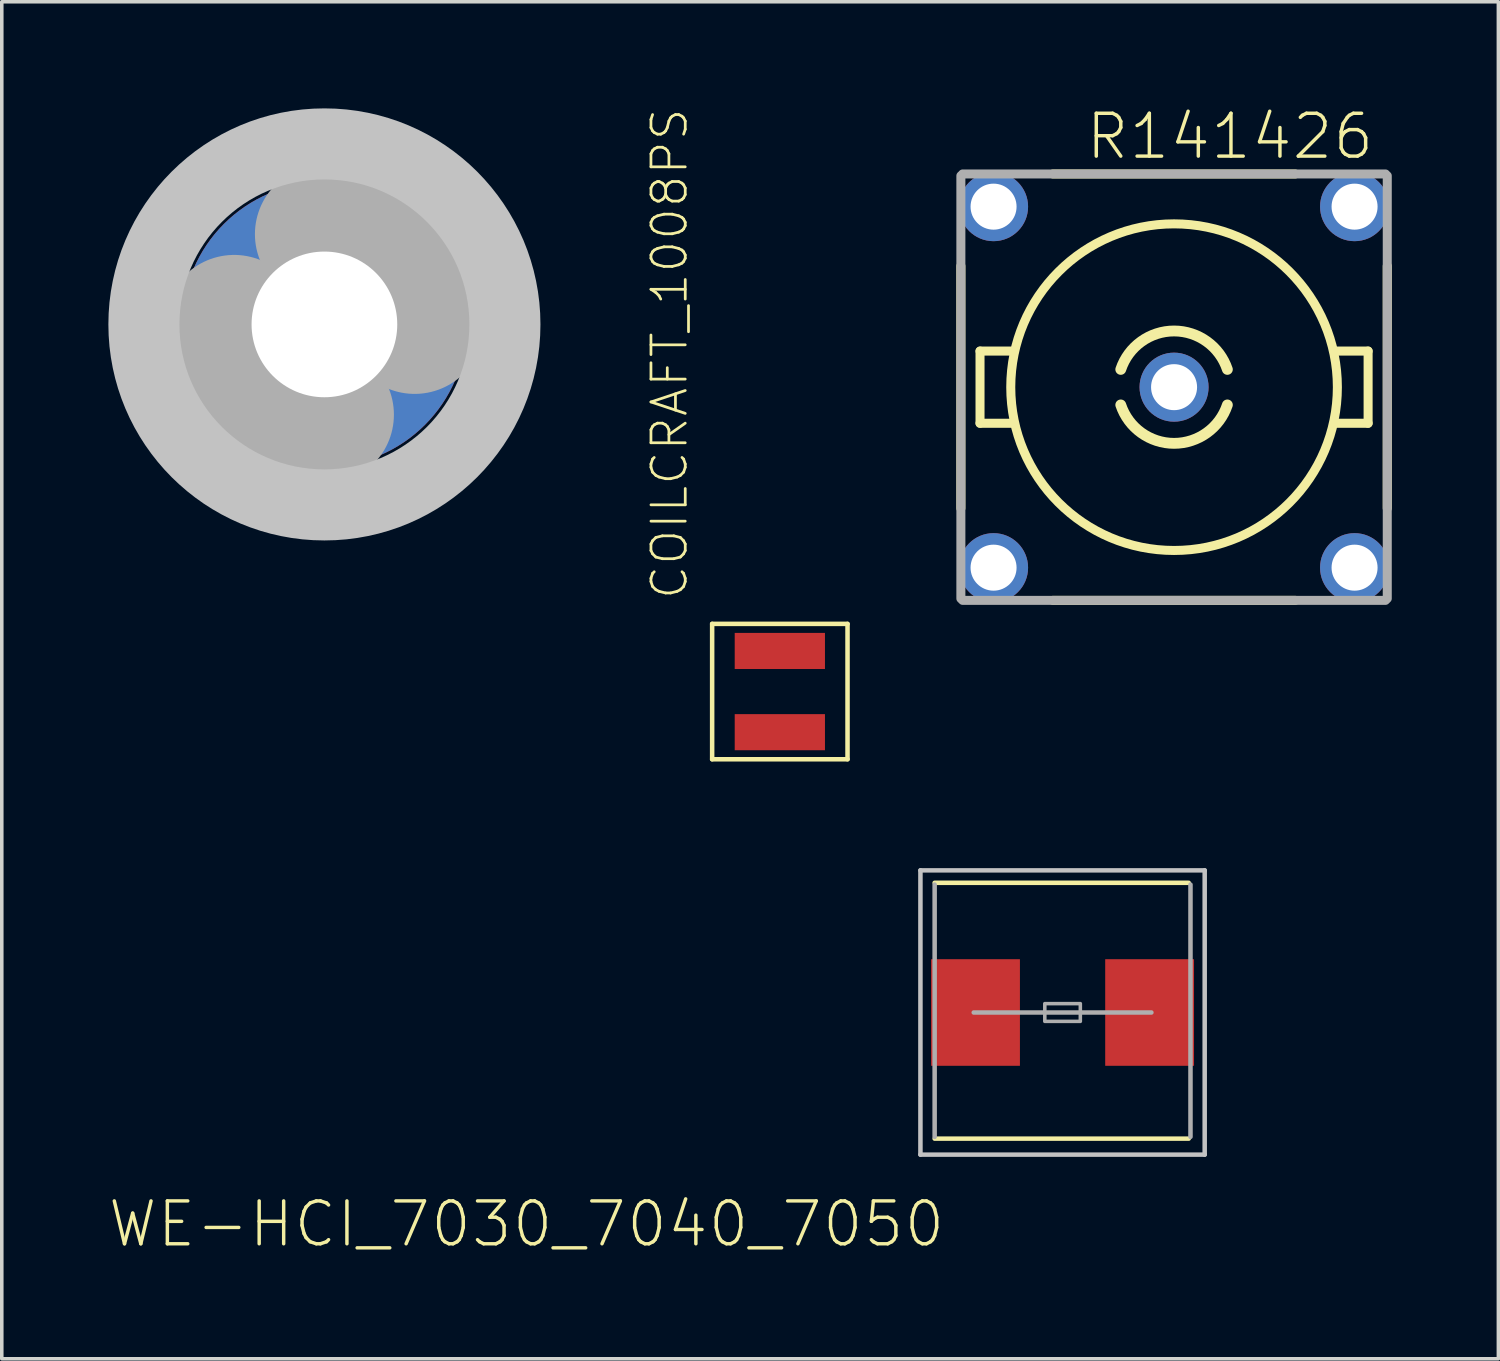
<source format=kicad_pcb>
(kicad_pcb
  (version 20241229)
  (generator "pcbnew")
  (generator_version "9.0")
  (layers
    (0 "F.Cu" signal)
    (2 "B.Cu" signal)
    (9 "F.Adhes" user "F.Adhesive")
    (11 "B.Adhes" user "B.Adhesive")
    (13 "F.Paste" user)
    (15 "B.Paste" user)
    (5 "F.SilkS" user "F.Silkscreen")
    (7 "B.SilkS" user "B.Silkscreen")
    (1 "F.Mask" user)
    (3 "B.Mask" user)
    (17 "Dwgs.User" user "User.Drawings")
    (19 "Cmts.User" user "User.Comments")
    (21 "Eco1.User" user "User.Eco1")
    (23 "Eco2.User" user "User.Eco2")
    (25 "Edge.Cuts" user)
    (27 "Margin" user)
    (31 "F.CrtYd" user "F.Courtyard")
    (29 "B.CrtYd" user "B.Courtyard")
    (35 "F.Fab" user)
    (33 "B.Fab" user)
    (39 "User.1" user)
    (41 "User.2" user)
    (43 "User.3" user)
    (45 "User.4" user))
  (footprint "R141426"
    (layer "F.Cu")
    (at 29.992 7.846)
    (property "Reference" "R141426" (at -2.54 -6.35 180) (layer "F.SilkS") (effects (font (size 1.206 1.206) (thickness 0.097)) (justify left bottom)))
    (attr through_hole)
    (fp_line (start -6 -3.41) (end -6 3.41) (stroke (width 0.254) (type solid)) (layer "F.SilkS"))
    (fp_line (start -5.461 -1.016) (end -5.461 1.016) (stroke (width 0.254) (type solid)) (layer "F.SilkS"))
    (fp_line (start -5.461 1.016) (end -4.572 1.016) (stroke (width 0.254) (type solid)) (layer "F.SilkS"))
    (fp_line (start -4.572 -1.016) (end -5.461 -1.016) (stroke (width 0.254) (type solid)) (layer "F.SilkS"))
    (fp_line (start -3.41 6) (end 3.41 6) (stroke (width 0.254) (type solid)) (layer "F.SilkS"))
    (fp_line (start 3.41 -6) (end -3.41 -6) (stroke (width 0.254) (type solid)) (layer "F.SilkS"))
    (fp_line (start 4.572 1.016) (end 5.461 1.016) (stroke (width 0.254) (type solid)) (layer "F.SilkS"))
    (fp_line (start 5.461 -1.016) (end 4.572 -1.016) (stroke (width 0.254) (type solid)) (layer "F.SilkS"))
    (fp_line (start 5.461 1.016) (end 5.461 -1.016) (stroke (width 0.254) (type solid)) (layer "F.SilkS"))
    (fp_line (start 6 3.41) (end 6 -3.41) (stroke (width 0.254) (type solid)) (layer "F.SilkS"))
    (fp_arc (start -1.5 -0.5) (mid 0 -1.581139) (end 1.5 -0.5) (stroke (width 0.3048) (type solid)) (layer "F.SilkS"))
    (fp_arc (start 1.5 0.5) (mid 0 1.581139) (end -1.5 0.5) (stroke (width 0.3048) (type solid)) (layer "F.SilkS"))
    (fp_circle (center 0 0) (end 4.596 0) (stroke (width 0.254) (type solid)) (fill no) (layer "F.SilkS"))
    (fp_line (start -6 -5.95) (end -6 5.95) (stroke (width 0.254) (type solid)) (layer "F.Fab"))
    (fp_line (start -5.95 6) (end 5.95 6) (stroke (width 0.254) (type solid)) (layer "F.Fab"))
    (fp_line (start 5.95 -6) (end -5.95 -6) (stroke (width 0.254) (type solid)) (layer "F.Fab"))
    (fp_line (start 6 5.95) (end 6 -5.95) (stroke (width 0.254) (type solid)) (layer "F.Fab"))
    (pad "1" thru_hole circle (at 0 0) (size 1.943 1.943) (drill 1.295) (layers "*.Cu" "*.Mask"))
    (pad "2" thru_hole circle (at 5.08 -5.08) (size 1.943 1.943) (drill 1.295) (layers "*.Cu" "*.Mask"))
    (pad "3" thru_hole circle (at -5.08 -5.08) (size 1.943 1.943) (drill 1.295) (layers "*.Cu" "*.Mask"))
    (pad "4" thru_hole circle (at -5.08 5.08) (size 1.943 1.943) (drill 1.295) (layers "*.Cu" "*.Mask"))
    (pad "5" thru_hole circle (at 5.08 5.08) (size 1.943 1.943) (drill 1.295) (layers "*.Cu" "*.Mask")))
  (footprint "COILCRAFT_1008PS"
    (layer "F.Cu")
    (at 18.897 16.413)
    (property "Reference" "COILCRAFT_1008PS" (at -2.54 -2.54 90) (layer "F.SilkS") (effects (font (size 0.965 0.965) (thickness 0.077)) (justify left bottom)))
    (attr through_hole)
    (fp_line (start -1.905 -1.905) (end 1.905 -1.905) (stroke (width 0.127) (type solid)) (layer "F.SilkS"))
    (fp_line (start -1.905 1.905) (end -1.905 -1.905) (stroke (width 0.127) (type solid)) (layer "F.SilkS"))
    (fp_line (start 1.905 -1.905) (end 1.905 1.905) (stroke (width 0.127) (type solid)) (layer "F.SilkS"))
    (fp_line (start 1.905 1.905) (end -1.905 1.905) (stroke (width 0.127) (type solid)) (layer "F.SilkS"))
    (pad "P$1" smd rect (at 0 -1.143) (size 2.54 1.016) (layers "F.Cu" "F.Mask" "F.Paste"))
    (pad "P$2" smd rect (at 0 1.143) (size 2.54 1.016) (layers "F.Cu" "F.Mask" "F.Paste")))
  (footprint "4,1-PAD"
    (layer "F.Cu")
    (at 6.08 6.08)
    (property "Reference" "4,1-PAD" (at 0 0 0) (layer "F.SilkS") (effects (font (size 1.27 1.27) (thickness 0.15))))
    (attr through_hole)
    (fp_circle (center 0 0) (end 2.15 0) (stroke (width 0.203) (type solid)) (fill no) (layer "F.SilkS"))
    (fp_circle (center 0 0) (end 4.572 0) (stroke (width 0.152) (type solid)) (fill no) (layer "F.SilkS"))
    (fp_circle (center 0 0) (end 5.08 0) (stroke (width 2) (type solid)) (fill no) (layer "Dwgs.User"))
    (fp_arc (start 0 -2.54) (mid 1.796051 -1.796051) (end 2.54 0) (stroke (width 3.9116) (type solid)) (layer "F.Fab"))
    (fp_arc (start 0 2.54) (mid -1.796051 1.796051) (end -2.54 0) (stroke (width 3.9116) (type solid)) (layer "F.Fab"))
    (fp_circle (center 0 0) (end 0.762 0) (stroke (width 0.457) (type solid)) (fill no) (layer "F.Fab"))
    (pad "B4,1" thru_hole circle (at 0 0) (size 8 8) (drill 4.1) (layers "*.Cu" "*.Mask")))
  (footprint "WE-HCI_7030_7040_7050"
    (layer "F.Cu")
    (at 26.854 25.445)
    (property "Reference" "WE-HCI_7030_7040_7050" (at -3.25 5.25 180) (layer "F.SilkS") (effects (font (size 1.206 1.206) (thickness 0.097)) (justify right top)))
    (attr through_hole)
    (fp_line (start -3.6 -3.65) (end 3.55 -3.65) (stroke (width 0.127) (type solid)) (layer "F.SilkS"))
    (fp_line (start -3.6 3.55) (end 3.55 3.55) (stroke (width 0.127) (type solid)) (layer "F.SilkS"))
    (fp_line (start -4 -4) (end -4 4) (stroke (width 0.127) (type solid)) (layer "Dwgs.User"))
    (fp_line (start -4 4) (end 4 4) (stroke (width 0.127) (type solid)) (layer "Dwgs.User"))
    (fp_line (start 4 -4) (end -4 -4) (stroke (width 0.127) (type solid)) (layer "Dwgs.User"))
    (fp_line (start 4 4) (end 4 -4) (stroke (width 0.127) (type solid)) (layer "Dwgs.User"))
    (fp_line (start -3.6 -3.6) (end -3.6 3.5) (stroke (width 0.127) (type solid)) (layer "F.Fab"))
    (fp_line (start -2.5 0) (end 2.5 0) (stroke (width 0.127) (type solid)) (layer "F.Fab"))
    (fp_line (start 3.6 -3.6) (end 3.6 3.5) (stroke (width 0.127) (type solid)) (layer "F.Fab"))
    (fp_poly (pts (xy -0.5 0.25) (xy 0.5 0.25) (xy 0.5 -0.25) (xy -0.5 -0.25)) (stroke (width 0.1) (type solid)) (fill no) (layer "F.Fab"))
    (pad "1" smd rect (at -2.45 0 180) (size 2.5 3) (layers "F.Cu" "F.Mask" "F.Paste"))
    (pad "2" smd rect (at 2.45 0 180) (size 2.5 3) (layers "F.Cu" "F.Mask" "F.Paste")))
  (gr_rect
    (start -3 -3)
    (end 39.119 35.191)
    (stroke (width 0.1) (type default))
    (fill no)
    (layer "Edge.Cuts")))
</source>
